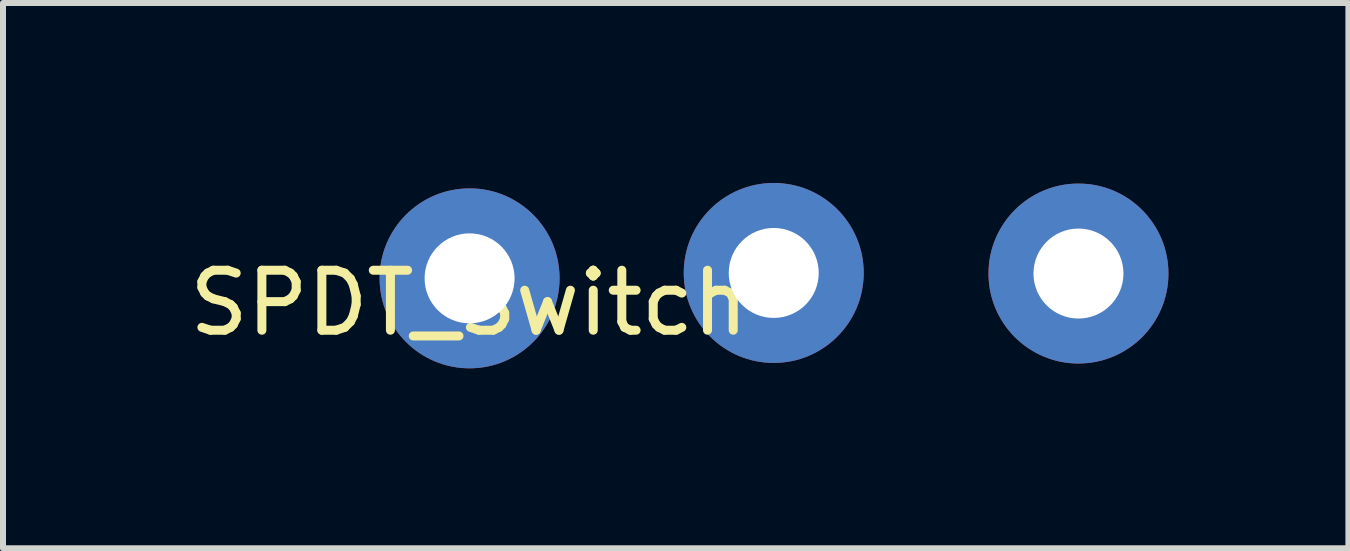
<source format=kicad_pcb>
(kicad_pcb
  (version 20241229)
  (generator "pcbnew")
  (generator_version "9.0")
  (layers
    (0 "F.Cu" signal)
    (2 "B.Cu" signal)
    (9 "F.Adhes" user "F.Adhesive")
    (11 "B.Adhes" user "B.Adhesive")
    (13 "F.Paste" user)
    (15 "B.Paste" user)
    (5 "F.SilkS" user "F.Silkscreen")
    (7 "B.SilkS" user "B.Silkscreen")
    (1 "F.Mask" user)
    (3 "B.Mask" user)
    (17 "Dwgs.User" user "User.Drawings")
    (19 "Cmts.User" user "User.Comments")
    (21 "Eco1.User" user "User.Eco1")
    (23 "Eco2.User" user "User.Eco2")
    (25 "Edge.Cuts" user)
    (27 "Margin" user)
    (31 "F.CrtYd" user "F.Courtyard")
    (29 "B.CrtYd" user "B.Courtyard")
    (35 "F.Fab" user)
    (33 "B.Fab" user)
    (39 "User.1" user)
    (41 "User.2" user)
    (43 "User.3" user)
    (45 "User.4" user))
  (footprint "SPDT_Switch"
    (layer "F.Cu")
    (at 4.768 1.5)
    (property "Reference" "SPDT_Switch" (at 0 0.5 0) (layer "F.SilkS") (effects (font (size 1 1) (thickness 0.15))))
    (attr through_hole)
    (pad "1" thru_hole circle (at 0.01 0.09) (size 3 3) (drill 1.5) (layers "*.Cu" "*.Mask"))
    (pad "2" thru_hole circle (at 5.08 0) (size 3 3) (drill 1.5) (layers "*.Cu" "*.Mask"))
    (pad "3" thru_hole circle (at 10.16 0.01) (size 3 3) (drill 1.5) (layers "*.Cu" "*.Mask")))
  (gr_rect
    (start -3 -3)
    (end 19.428 6.09)
    (stroke (width 0.1) (type default))
    (fill no)
    (layer "Edge.Cuts")))
</source>
